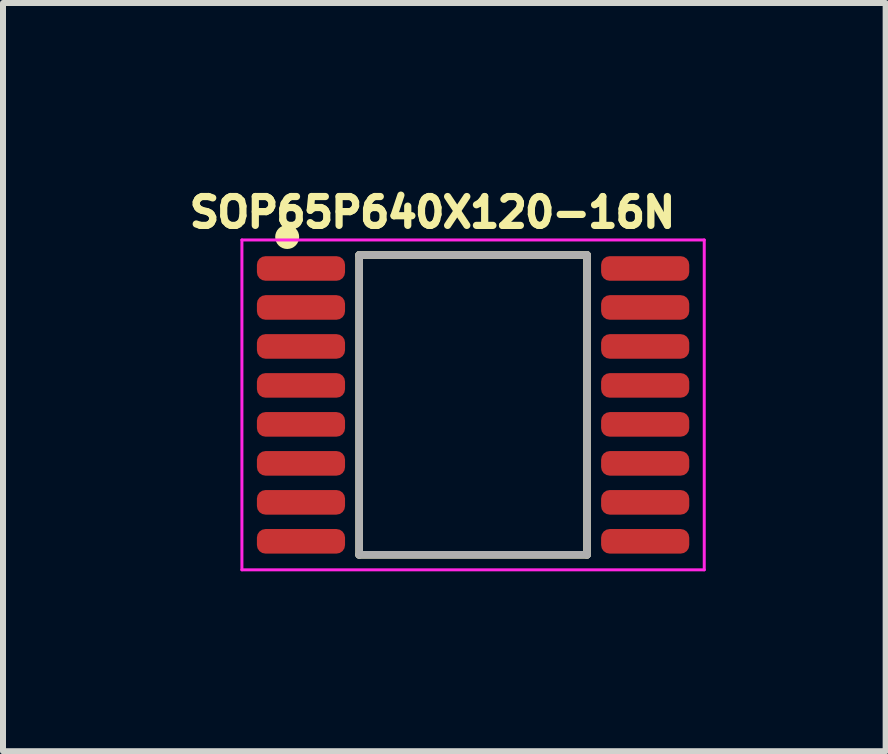
<source format=kicad_pcb>
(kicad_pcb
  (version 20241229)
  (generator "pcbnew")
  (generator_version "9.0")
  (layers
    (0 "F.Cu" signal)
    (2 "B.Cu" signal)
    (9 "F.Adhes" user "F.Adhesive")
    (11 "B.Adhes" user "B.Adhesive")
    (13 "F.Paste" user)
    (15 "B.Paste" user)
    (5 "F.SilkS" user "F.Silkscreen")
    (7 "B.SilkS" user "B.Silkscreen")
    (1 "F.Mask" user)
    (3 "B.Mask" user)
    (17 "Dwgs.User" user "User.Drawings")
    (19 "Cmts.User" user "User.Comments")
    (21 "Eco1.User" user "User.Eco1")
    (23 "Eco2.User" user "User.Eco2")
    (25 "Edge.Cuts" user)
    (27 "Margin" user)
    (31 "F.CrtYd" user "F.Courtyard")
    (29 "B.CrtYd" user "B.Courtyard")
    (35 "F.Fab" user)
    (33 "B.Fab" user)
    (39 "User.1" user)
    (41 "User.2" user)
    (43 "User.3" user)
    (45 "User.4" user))
  (footprint "SOP65P640X120-16N"
    (layer "F.Cu")
    (at 4.839 3.702)
    (property "Reference" "SOP65P640X120-16N" (at -0.677 -3.21 0) (layer "F.SilkS") (effects (font (size 0.481 0.481) (thickness 0.15))))
    (attr smd)
    (fp_line (start -1.9 -2.5) (end 1.9 -2.5) (stroke (width 0.127) (type solid)) (layer "F.SilkS"))
    (fp_line (start -1.9 2.5) (end -1.9 -2.5) (stroke (width 0.127) (type solid)) (layer "F.SilkS"))
    (fp_line (start 1.9 -2.5) (end 1.9 2.5) (stroke (width 0.127) (type solid)) (layer "F.SilkS"))
    (fp_line (start 1.9 2.5) (end -1.9 2.5) (stroke (width 0.127) (type solid)) (layer "F.SilkS"))
    (fp_circle (center -3.1 -2.8) (end -3 -2.8) (stroke (width 0.2) (type solid)) (fill no) (layer "F.SilkS"))
    (fp_line (start -3.855 -2.75) (end 3.855 -2.75) (stroke (width 0.05) (type solid)) (layer "F.CrtYd"))
    (fp_line (start -3.855 2.75) (end -3.855 -2.75) (stroke (width 0.05) (type solid)) (layer "F.CrtYd"))
    (fp_line (start 3.855 -2.75) (end 3.855 2.75) (stroke (width 0.05) (type solid)) (layer "F.CrtYd"))
    (fp_line (start 3.855 2.75) (end -3.855 2.75) (stroke (width 0.05) (type solid)) (layer "F.CrtYd"))
    (fp_line (start -1.9 -2.5) (end 1.9 -2.5) (stroke (width 0.127) (type solid)) (layer "F.Fab"))
    (fp_line (start -1.9 2.5) (end -1.9 -2.5) (stroke (width 0.127) (type solid)) (layer "F.Fab"))
    (fp_line (start 1.9 -2.5) (end 1.9 2.5) (stroke (width 0.127) (type solid)) (layer "F.Fab"))
    (fp_line (start 1.9 2.5) (end -1.9 2.5) (stroke (width 0.127) (type solid)) (layer "F.Fab"))
    (pad "1" smd roundrect (at -2.87 -2.275) (size 1.47 0.41) (layers "F.Cu" "F.Mask" "F.Paste") (roundrect_rratio 0.35))
    (pad "2" smd roundrect (at -2.87 -1.625) (size 1.47 0.41) (layers "F.Cu" "F.Mask" "F.Paste") (roundrect_rratio 0.35))
    (pad "3" smd roundrect (at -2.87 -0.975) (size 1.47 0.41) (layers "F.Cu" "F.Mask" "F.Paste") (roundrect_rratio 0.35))
    (pad "4" smd roundrect (at -2.87 -0.325) (size 1.47 0.41) (layers "F.Cu" "F.Mask" "F.Paste") (roundrect_rratio 0.35))
    (pad "5" smd roundrect (at -2.87 0.325) (size 1.47 0.41) (layers "F.Cu" "F.Mask" "F.Paste") (roundrect_rratio 0.35))
    (pad "6" smd roundrect (at -2.87 0.975) (size 1.47 0.41) (layers "F.Cu" "F.Mask" "F.Paste") (roundrect_rratio 0.35))
    (pad "7" smd roundrect (at -2.87 1.625) (size 1.47 0.41) (layers "F.Cu" "F.Mask" "F.Paste") (roundrect_rratio 0.35))
    (pad "8" smd roundrect (at -2.87 2.275) (size 1.47 0.41) (layers "F.Cu" "F.Mask" "F.Paste") (roundrect_rratio 0.35))
    (pad "9" smd roundrect (at 2.87 2.275) (size 1.47 0.41) (layers "F.Cu" "F.Mask" "F.Paste") (roundrect_rratio 0.35))
    (pad "10" smd roundrect (at 2.87 1.625) (size 1.47 0.41) (layers "F.Cu" "F.Mask" "F.Paste") (roundrect_rratio 0.35))
    (pad "11" smd roundrect (at 2.87 0.975) (size 1.47 0.41) (layers "F.Cu" "F.Mask" "F.Paste") (roundrect_rratio 0.35))
    (pad "12" smd roundrect (at 2.87 0.325) (size 1.47 0.41) (layers "F.Cu" "F.Mask" "F.Paste") (roundrect_rratio 0.35))
    (pad "13" smd roundrect (at 2.87 -0.325) (size 1.47 0.41) (layers "F.Cu" "F.Mask" "F.Paste") (roundrect_rratio 0.35))
    (pad "14" smd roundrect (at 2.87 -0.975) (size 1.47 0.41) (layers "F.Cu" "F.Mask" "F.Paste") (roundrect_rratio 0.35))
    (pad "15" smd roundrect (at 2.87 -1.625) (size 1.47 0.41) (layers "F.Cu" "F.Mask" "F.Paste") (roundrect_rratio 0.35))
    (pad "16" smd roundrect (at 2.87 -2.275) (size 1.47 0.41) (layers "F.Cu" "F.Mask" "F.Paste") (roundrect_rratio 0.35)))
  (gr_rect
    (start -3 -3)
    (end 11.719 9.477)
    (stroke (width 0.1) (type default))
    (fill no)
    (layer "Edge.Cuts")))
</source>
